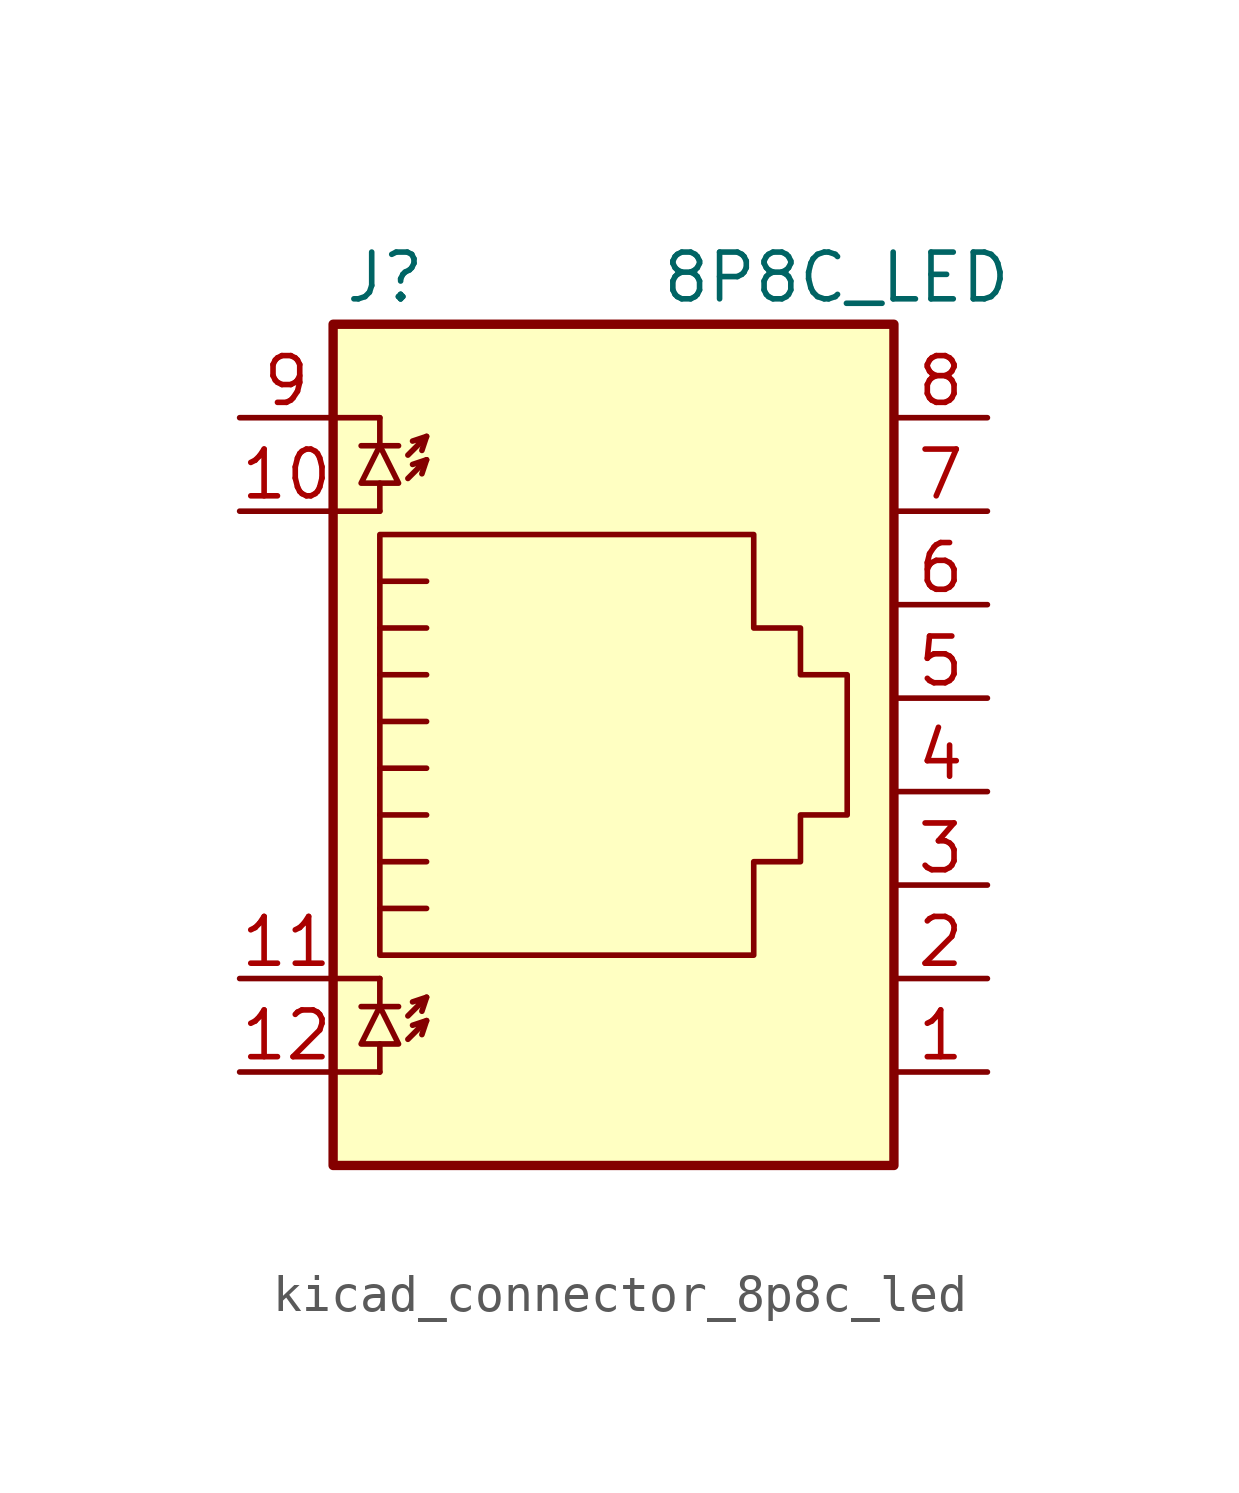
<source format=kicad_sym>
(kicad_symbol_lib
  (version 20220914)
  (generator kicad_symbol_editor)
  (symbol "kicad_connector_8p8c_led"
    (pin_names
      (offset 1.016))
    (property "Reference" "J"
      (at -5.08 13.97 0)
      (effects (font (size 1.27 1.27)) (justify right)))
    (property "Value" "8P8C_LED"
      (at 1.27 13.97 0)
      (effects (font (size 1.27 1.27)) (justify left)))
    (symbol "kicad_connector_8p8c_led_0_1"
      (polyline (pts (xy -7.62 -7.62) (xy -6.35 -7.62)) (stroke (width 0) (type default)) (fill (type none)))
      (polyline (pts (xy -7.62 -5.08) (xy -6.35 -5.08)) (stroke (width 0) (type default)) (fill (type none)))
      (polyline (pts (xy -7.62 7.62) (xy -6.35 7.62)) (stroke (width 0) (type default)) (fill (type none)))
      (polyline (pts (xy -7.62 10.16) (xy -6.35 10.16)) (stroke (width 0) (type default)) (fill (type none)))
      (polyline (pts (xy -6.858 -5.842) (xy -5.842 -5.842)) (stroke (width 0) (type default)) (fill (type none)))
      (polyline (pts (xy -6.858 9.398) (xy -5.842 9.398)) (stroke (width 0) (type default)) (fill (type none)))
      (polyline (pts (xy -6.35 -7.62) (xy -6.35 -6.858)) (stroke (width 0) (type default)) (fill (type none)))
      (polyline (pts (xy -6.35 -5.08) (xy -6.35 -5.842)) (stroke (width 0) (type default)) (fill (type none)))
      (polyline (pts (xy -6.35 7.62) (xy -6.35 8.382)) (stroke (width 0) (type default)) (fill (type none)))
      (polyline (pts (xy -6.35 10.16) (xy -6.35 9.398)) (stroke (width 0) (type default)) (fill (type none)))
      (polyline (pts (xy -5.08 -6.223) (xy -5.207 -6.604)) (stroke (width 0) (type default)) (fill (type none)))
      (polyline (pts (xy -5.08 -5.588) (xy -5.207 -5.969)) (stroke (width 0) (type default)) (fill (type none)))
      (polyline (pts (xy -5.08 4.445) (xy -6.35 4.445)) (stroke (width 0) (type default)) (fill (type none)))
      (polyline (pts (xy -5.08 5.715) (xy -6.35 5.715)) (stroke (width 0) (type default)) (fill (type none)))
      (polyline (pts (xy -5.08 9.017) (xy -5.207 8.636)) (stroke (width 0) (type default)) (fill (type none)))
      (polyline (pts (xy -5.08 9.652) (xy -5.207 9.271)) (stroke (width 0) (type default)) (fill (type none)))
      (polyline (pts (xy -6.35 -3.175) (xy -5.08 -3.175) (xy -5.08 -3.175)) (stroke (width 0) (type default)) (fill (type none)))
      (polyline (pts (xy -6.35 -1.905) (xy -5.08 -1.905) (xy -5.08 -1.905)) (stroke (width 0) (type default)) (fill (type none)))
      (polyline (pts (xy -6.35 -0.635) (xy -5.08 -0.635) (xy -5.08 -0.635)) (stroke (width 0) (type default)) (fill (type none)))
      (polyline (pts (xy -6.35 0.635) (xy -5.08 0.635) (xy -5.08 0.635)) (stroke (width 0) (type default)) (fill (type none)))
      (polyline (pts (xy -6.35 1.905) (xy -5.08 1.905) (xy -5.08 1.905)) (stroke (width 0) (type default)) (fill (type none)))
      (polyline (pts (xy -5.588 -6.731) (xy -5.08 -6.223) (xy -5.461 -6.35)) (stroke (width 0) (type default)) (fill (type none)))
      (polyline (pts (xy -5.588 -6.096) (xy -5.08 -5.588) (xy -5.461 -5.715)) (stroke (width 0) (type default)) (fill (type none)))
      (polyline (pts (xy -5.588 8.509) (xy -5.08 9.017) (xy -5.461 8.89)) (stroke (width 0) (type default)) (fill (type none)))
      (polyline (pts (xy -5.588 9.144) (xy -5.08 9.652) (xy -5.461 9.525)) (stroke (width 0) (type default)) (fill (type none)))
      (polyline (pts (xy -5.08 3.175) (xy -6.35 3.175) (xy -6.35 3.175)) (stroke (width 0) (type default)) (fill (type none)))
      (polyline (pts (xy -6.35 -5.842) (xy -6.858 -6.858) (xy -5.842 -6.858) (xy -6.35 -5.842)) (stroke (width 0) (type default)) (fill (type none)))
      (polyline (pts (xy -6.35 9.398) (xy -6.858 8.382) (xy -5.842 8.382) (xy -6.35 9.398)) (stroke (width 0) (type default)) (fill (type none)))
      (polyline (pts (xy -6.35 -4.445) (xy -6.35 6.985) (xy 3.81 6.985) (xy 3.81 4.445) (xy 5.08 4.445) (xy 5.08 3.175) (xy 6.35 3.175) (xy 6.35 -0.635) (xy 5.08 -0.635) (xy 5.08 -1.905) (xy 3.81 -1.905) (xy 3.81 -4.445) (xy -6.35 -4.445) (xy -6.35 -4.445)) (stroke (width 0) (type default)) (fill (type none)))
      (rectangle (start 7.62 12.7) (end -7.62 -10.16) (stroke (width 0.254) (type default)) (fill (type background))))
    (symbol "kicad_connector_8p8c_led_1_1"
      (pin passive line (at 10.16 -7.62 180) (length 2.54) (name "~" (effects (font (size 1.27 1.27)))) (number "1" (effects (font (size 1.27 1.27)))))
      (pin passive line (at -10.16 7.62 0) (length 2.54) (name "~" (effects (font (size 1.27 1.27)))) (number "10" (effects (font (size 1.27 1.27)))))
      (pin passive line (at -10.16 -5.08 0) (length 2.54) (name "~" (effects (font (size 1.27 1.27)))) (number "11" (effects (font (size 1.27 1.27)))))
      (pin passive line (at -10.16 -7.62 0) (length 2.54) (name "~" (effects (font (size 1.27 1.27)))) (number "12" (effects (font (size 1.27 1.27)))))
      (pin passive line (at 10.16 -5.08 180) (length 2.54) (name "~" (effects (font (size 1.27 1.27)))) (number "2" (effects (font (size 1.27 1.27)))))
      (pin passive line (at 10.16 -2.54 180) (length 2.54) (name "~" (effects (font (size 1.27 1.27)))) (number "3" (effects (font (size 1.27 1.27)))))
      (pin passive line (at 10.16 0 180) (length 2.54) (name "~" (effects (font (size 1.27 1.27)))) (number "4" (effects (font (size 1.27 1.27)))))
      (pin passive line (at 10.16 2.54 180) (length 2.54) (name "~" (effects (font (size 1.27 1.27)))) (number "5" (effects (font (size 1.27 1.27)))))
      (pin passive line (at 10.16 5.08 180) (length 2.54) (name "~" (effects (font (size 1.27 1.27)))) (number "6" (effects (font (size 1.27 1.27)))))
      (pin passive line (at 10.16 7.62 180) (length 2.54) (name "~" (effects (font (size 1.27 1.27)))) (number "7" (effects (font (size 1.27 1.27)))))
      (pin passive line (at 10.16 10.16 180) (length 2.54) (name "~" (effects (font (size 1.27 1.27)))) (number "8" (effects (font (size 1.27 1.27)))))
      (pin passive line (at -10.16 10.16 0) (length 2.54) (name "~" (effects (font (size 1.27 1.27)))) (number "9" (effects (font (size 1.27 1.27))))))))
</source>
